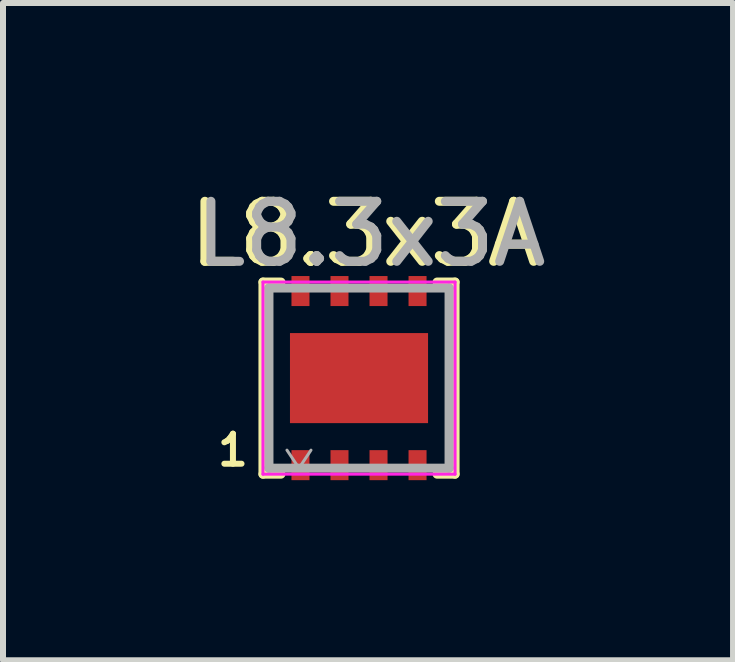
<source format=kicad_pcb>
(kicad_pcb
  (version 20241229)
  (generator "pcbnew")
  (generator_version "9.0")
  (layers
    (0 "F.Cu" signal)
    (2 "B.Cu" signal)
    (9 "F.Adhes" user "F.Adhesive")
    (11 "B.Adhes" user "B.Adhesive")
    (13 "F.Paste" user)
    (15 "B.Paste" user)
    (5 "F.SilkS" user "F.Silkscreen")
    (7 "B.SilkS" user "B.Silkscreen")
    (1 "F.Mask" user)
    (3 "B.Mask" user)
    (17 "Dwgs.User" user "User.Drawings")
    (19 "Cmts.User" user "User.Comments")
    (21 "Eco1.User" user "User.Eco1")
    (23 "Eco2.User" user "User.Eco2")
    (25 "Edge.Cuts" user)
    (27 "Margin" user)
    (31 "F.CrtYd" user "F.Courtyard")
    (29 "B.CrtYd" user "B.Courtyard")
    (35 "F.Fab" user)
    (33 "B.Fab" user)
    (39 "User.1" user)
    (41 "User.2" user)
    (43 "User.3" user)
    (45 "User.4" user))
  (footprint "L8.3x3A"
    (layer "F.Cu")
    (at 2.93 3.248)
    (property "Reference" "L8.3x3A" (at 0.1 -2.4 0) (layer "F.SilkS") (effects (font (size 1 1) (thickness 0.15))))
    (attr through_hole)
    (fp_line (start -1.6 -1.6) (end -1.6 1.6) (stroke (width 0.15) (type solid)) (layer "F.SilkS"))
    (fp_line (start -1.6 1.6) (end -1.3 1.6) (stroke (width 0.15) (type solid)) (layer "F.SilkS"))
    (fp_line (start -1.3 -1.6) (end -1.6 -1.6) (stroke (width 0.15) (type solid)) (layer "F.SilkS"))
    (fp_line (start 1.3 -1.6) (end 1.6 -1.6) (stroke (width 0.15) (type solid)) (layer "F.SilkS"))
    (fp_line (start 1.6 -1.6) (end 1.6 1.6) (stroke (width 0.15) (type solid)) (layer "F.SilkS"))
    (fp_line (start 1.6 1.6) (end 1.3 1.6) (stroke (width 0.15) (type solid)) (layer "F.SilkS"))
    (fp_line (start -1.6 -1.6) (end 1.6 -1.6) (stroke (width 0.05) (type solid)) (layer "F.CrtYd"))
    (fp_line (start -1.6 1.6) (end -1.6 -1.6) (stroke (width 0.05) (type solid)) (layer "F.CrtYd"))
    (fp_line (start 1.6 1.6) (end -1.6 1.6) (stroke (width 0.05) (type solid)) (layer "F.CrtYd"))
    (fp_line (start 1.6 1.6) (end 1.6 -1.6) (stroke (width 0.05) (type solid)) (layer "F.CrtYd"))
    (fp_line (start -1.5 -1.5) (end 1.5 -1.5) (stroke (width 0.15) (type solid)) (layer "F.Fab"))
    (fp_line (start -1.5 1.5) (end -1.5 -1.5) (stroke (width 0.15) (type solid)) (layer "F.Fab"))
    (fp_line (start -1.2 1.2) (end -1 1.5) (stroke (width 0.05) (type solid)) (layer "F.Fab"))
    (fp_line (start -1 1.5) (end -0.8 1.2) (stroke (width 0.05) (type solid)) (layer "F.Fab"))
    (fp_line (start 1.5 -1.5) (end 1.5 1.5) (stroke (width 0.15) (type solid)) (layer "F.Fab"))
    (fp_line (start 1.5 1.5) (end -1.5 1.5) (stroke (width 0.15) (type solid)) (layer "F.Fab"))
    (fp_text user "1" (at -2.1 1.2 0) (layer "F.SilkS") (effects (font (size 0.5 0.5) (thickness 0.1))))
    (fp_text user "${REFERENCE}" (at 0.2 -2.4 0) (layer "F.Fab") (effects (font (size 1 1) (thickness 0.15))))
    (pad "1" smd rect (at -0.975 1.45) (size 0.3 0.5) (layers "F.Cu" "F.Mask" "F.Paste"))
    (pad "2" smd rect (at -0.325 1.45) (size 0.3 0.5) (layers "F.Cu" "F.Mask" "F.Paste"))
    (pad "3" smd rect (at 0.325 1.45) (size 0.3 0.5) (layers "F.Cu" "F.Mask" "F.Paste"))
    (pad "4" smd rect (at 0.975 1.45) (size 0.3 0.5) (layers "F.Cu" "F.Mask" "F.Paste"))
    (pad "5" smd rect (at 0.975 -1.45) (size 0.3 0.5) (layers "F.Cu" "F.Mask" "F.Paste"))
    (pad "6" smd rect (at 0.325 -1.45) (size 0.3 0.5) (layers "F.Cu" "F.Mask" "F.Paste"))
    (pad "7" smd rect (at -0.325 -1.45) (size 0.3 0.5) (layers "F.Cu" "F.Mask" "F.Paste"))
    (pad "8" smd rect (at -0.975 -1.45) (size 0.3 0.5) (layers "F.Cu" "F.Mask" "F.Paste"))
    (pad "9" smd rect (at 0 0) (size 2.3 1.5) (layers "F.Cu" "F.Mask" "F.Paste")))
  (gr_rect
    (start -3 -3)
    (end 9.16 7.948)
    (stroke (width 0.1) (type default))
    (fill no)
    (layer "Edge.Cuts")))
</source>
